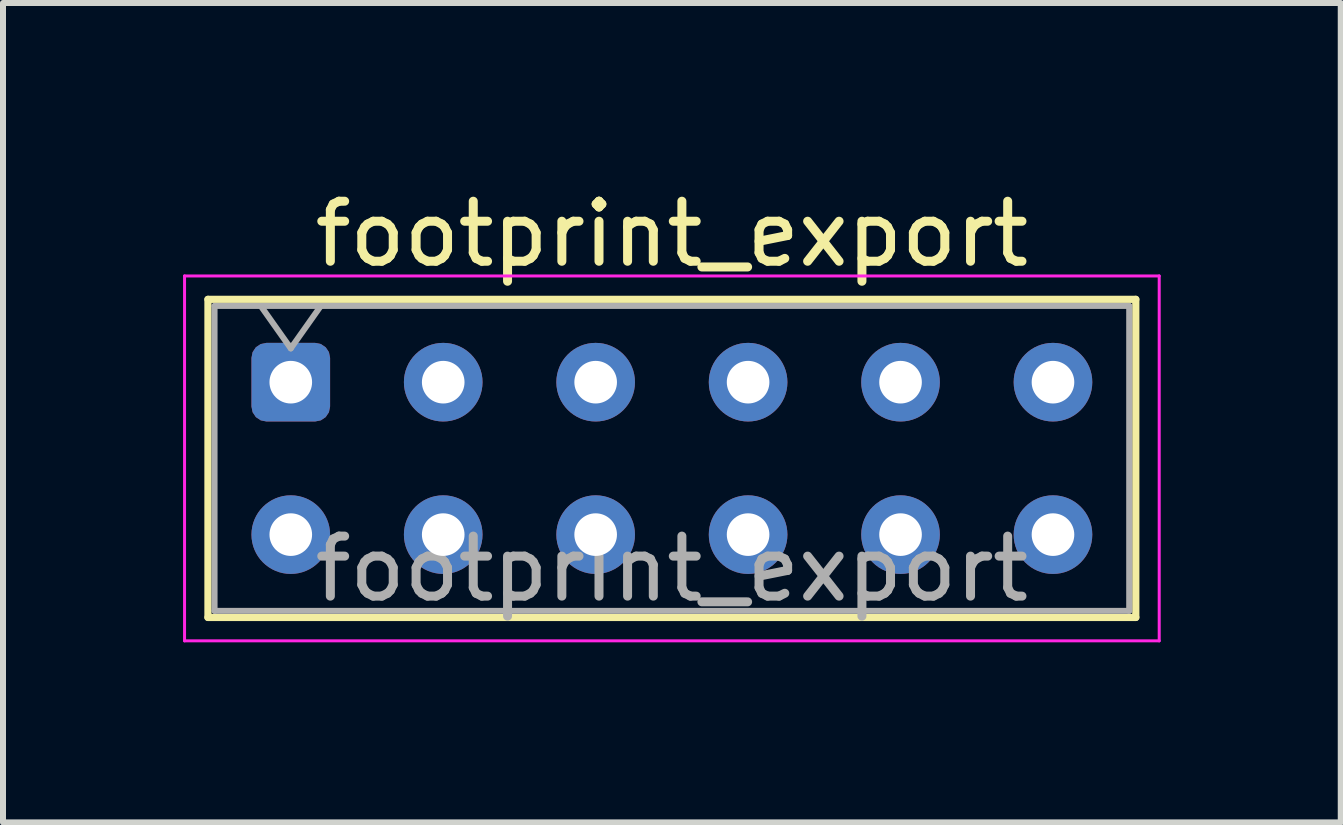
<source format=kicad_pcb>
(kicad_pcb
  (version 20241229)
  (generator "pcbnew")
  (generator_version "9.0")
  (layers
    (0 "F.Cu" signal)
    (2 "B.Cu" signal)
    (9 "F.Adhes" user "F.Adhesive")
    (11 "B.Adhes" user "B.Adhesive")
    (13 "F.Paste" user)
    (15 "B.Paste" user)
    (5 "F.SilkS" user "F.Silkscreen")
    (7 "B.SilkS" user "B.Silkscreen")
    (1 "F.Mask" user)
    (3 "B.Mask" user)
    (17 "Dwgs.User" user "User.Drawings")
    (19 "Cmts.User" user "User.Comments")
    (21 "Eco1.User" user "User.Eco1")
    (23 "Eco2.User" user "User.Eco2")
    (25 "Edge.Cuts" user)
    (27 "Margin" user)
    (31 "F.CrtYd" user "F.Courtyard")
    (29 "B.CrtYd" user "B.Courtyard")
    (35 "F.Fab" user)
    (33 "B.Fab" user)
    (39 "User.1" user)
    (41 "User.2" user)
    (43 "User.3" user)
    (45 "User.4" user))
  (footprint "footprint_export"
    (layer "F.Cu")
    (at 1.795 3.318)
    (property "Reference" "footprint_export" (at 6.35 -2.47 0) (layer "F.SilkS") (effects (font (size 1 1) (thickness 0.15))))
    (attr through_hole)
    (fp_line (start -1.38 -1.38) (end 14.08 -1.38) (stroke (width 0.12) (type solid)) (layer "F.SilkS"))
    (fp_line (start -1.38 3.92) (end -1.38 -1.38) (stroke (width 0.12) (type solid)) (layer "F.SilkS"))
    (fp_line (start 14.08 -1.38) (end 14.08 3.92) (stroke (width 0.12) (type solid)) (layer "F.SilkS"))
    (fp_line (start 14.08 3.92) (end -1.38 3.92) (stroke (width 0.12) (type solid)) (layer "F.SilkS"))
    (fp_line (start -1.77 -1.77) (end 14.47 -1.77) (stroke (width 0.05) (type solid)) (layer "F.CrtYd"))
    (fp_line (start -1.77 4.31) (end -1.77 -1.77) (stroke (width 0.05) (type solid)) (layer "F.CrtYd"))
    (fp_line (start 14.47 -1.77) (end 14.47 4.31) (stroke (width 0.05) (type solid)) (layer "F.CrtYd"))
    (fp_line (start 14.47 4.31) (end -1.77 4.31) (stroke (width 0.05) (type solid)) (layer "F.CrtYd"))
    (fp_line (start -1.27 -1.27) (end 13.97 -1.27) (stroke (width 0.1) (type solid)) (layer "F.Fab"))
    (fp_line (start -1.27 3.81) (end -1.27 -1.27) (stroke (width 0.1) (type solid)) (layer "F.Fab"))
    (fp_line (start -0.5 -1.27) (end 0 -0.563) (stroke (width 0.1) (type solid)) (layer "F.Fab"))
    (fp_line (start 0 -0.563) (end 0.5 -1.27) (stroke (width 0.1) (type solid)) (layer "F.Fab"))
    (fp_line (start 13.97 -1.27) (end 13.97 3.81) (stroke (width 0.1) (type solid)) (layer "F.Fab"))
    (fp_line (start 13.97 3.81) (end -1.27 3.81) (stroke (width 0.1) (type solid)) (layer "F.Fab"))
    (fp_text user "${REFERENCE}" (at 6.35 3.11 0) (layer "F.Fab") (effects (font (size 1 1) (thickness 0.15))))
    (pad "1" thru_hole roundrect (at 0 0) (size 1.31 1.31) (drill 0.71) (layers "*.Cu" "*.Mask") (roundrect_rratio 0.191))
    (pad "2" thru_hole circle (at 0 2.54) (size 1.31 1.31) (drill 0.71) (layers "*.Cu" "*.Mask"))
    (pad "3" thru_hole circle (at 2.54 0) (size 1.31 1.31) (drill 0.71) (layers "*.Cu" "*.Mask"))
    (pad "4" thru_hole circle (at 2.54 2.54) (size 1.31 1.31) (drill 0.71) (layers "*.Cu" "*.Mask"))
    (pad "5" thru_hole circle (at 5.08 0) (size 1.31 1.31) (drill 0.71) (layers "*.Cu" "*.Mask"))
    (pad "6" thru_hole circle (at 5.08 2.54) (size 1.31 1.31) (drill 0.71) (layers "*.Cu" "*.Mask"))
    (pad "7" thru_hole circle (at 7.62 0) (size 1.31 1.31) (drill 0.71) (layers "*.Cu" "*.Mask"))
    (pad "8" thru_hole circle (at 7.62 2.54) (size 1.31 1.31) (drill 0.71) (layers "*.Cu" "*.Mask"))
    (pad "9" thru_hole circle (at 10.16 0) (size 1.31 1.31) (drill 0.71) (layers "*.Cu" "*.Mask"))
    (pad "10" thru_hole circle (at 10.16 2.54) (size 1.31 1.31) (drill 0.71) (layers "*.Cu" "*.Mask"))
    (pad "11" thru_hole circle (at 12.7 0) (size 1.31 1.31) (drill 0.71) (layers "*.Cu" "*.Mask"))
    (pad "12" thru_hole circle (at 12.7 2.54) (size 1.31 1.31) (drill 0.71) (layers "*.Cu" "*.Mask")))
  (gr_rect
    (start -3 -3)
    (end 19.29 10.653)
    (stroke (width 0.1) (type default))
    (fill no)
    (layer "Edge.Cuts")))
</source>
